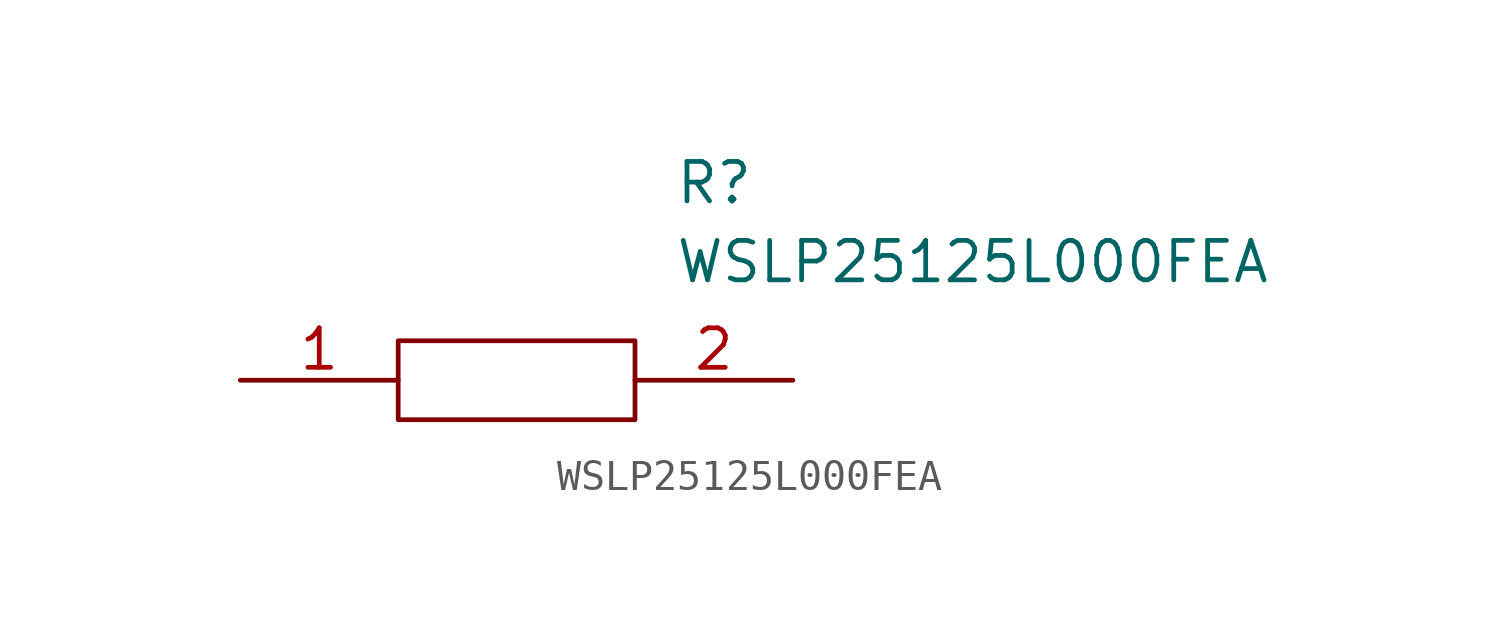
<source format=kicad_sym>
(kicad_symbol_lib
  (version 20220914)
  (generator kicad_symbol_editor)
  (symbol "WSLP25125L000FEA"
    (pin_names
      (offset 0.762))
    (property "Reference" "R"
      (at 13.97 6.35 0)
      (effects (font (size 1.27 1.27)) (justify left)))
    (property "Value" "WSLP25125L000FEA"
      (at 13.97 3.81 0)
      (effects (font (size 1.27 1.27)) (justify left)))
    (symbol "WSLP25125L000FEA_0_0"
      (pin passive line (at 0 0 0) (length 5.08) (name "~" (effects (font (size 1.27 1.27)))) (number "1" (effects (font (size 1.27 1.27)))))
      (pin passive line (at 17.78 0 180) (length 5.08) (name "~" (effects (font (size 1.27 1.27)))) (number "2" (effects (font (size 1.27 1.27))))))
    (symbol "WSLP25125L000FEA_0_1"
      (polyline (pts (xy 5.08 1.27) (xy 12.7 1.27) (xy 12.7 -1.27) (xy 5.08 -1.27) (xy 5.08 1.27)) (stroke (width 0.152) (type solid)) (fill (type none))))))
</source>
